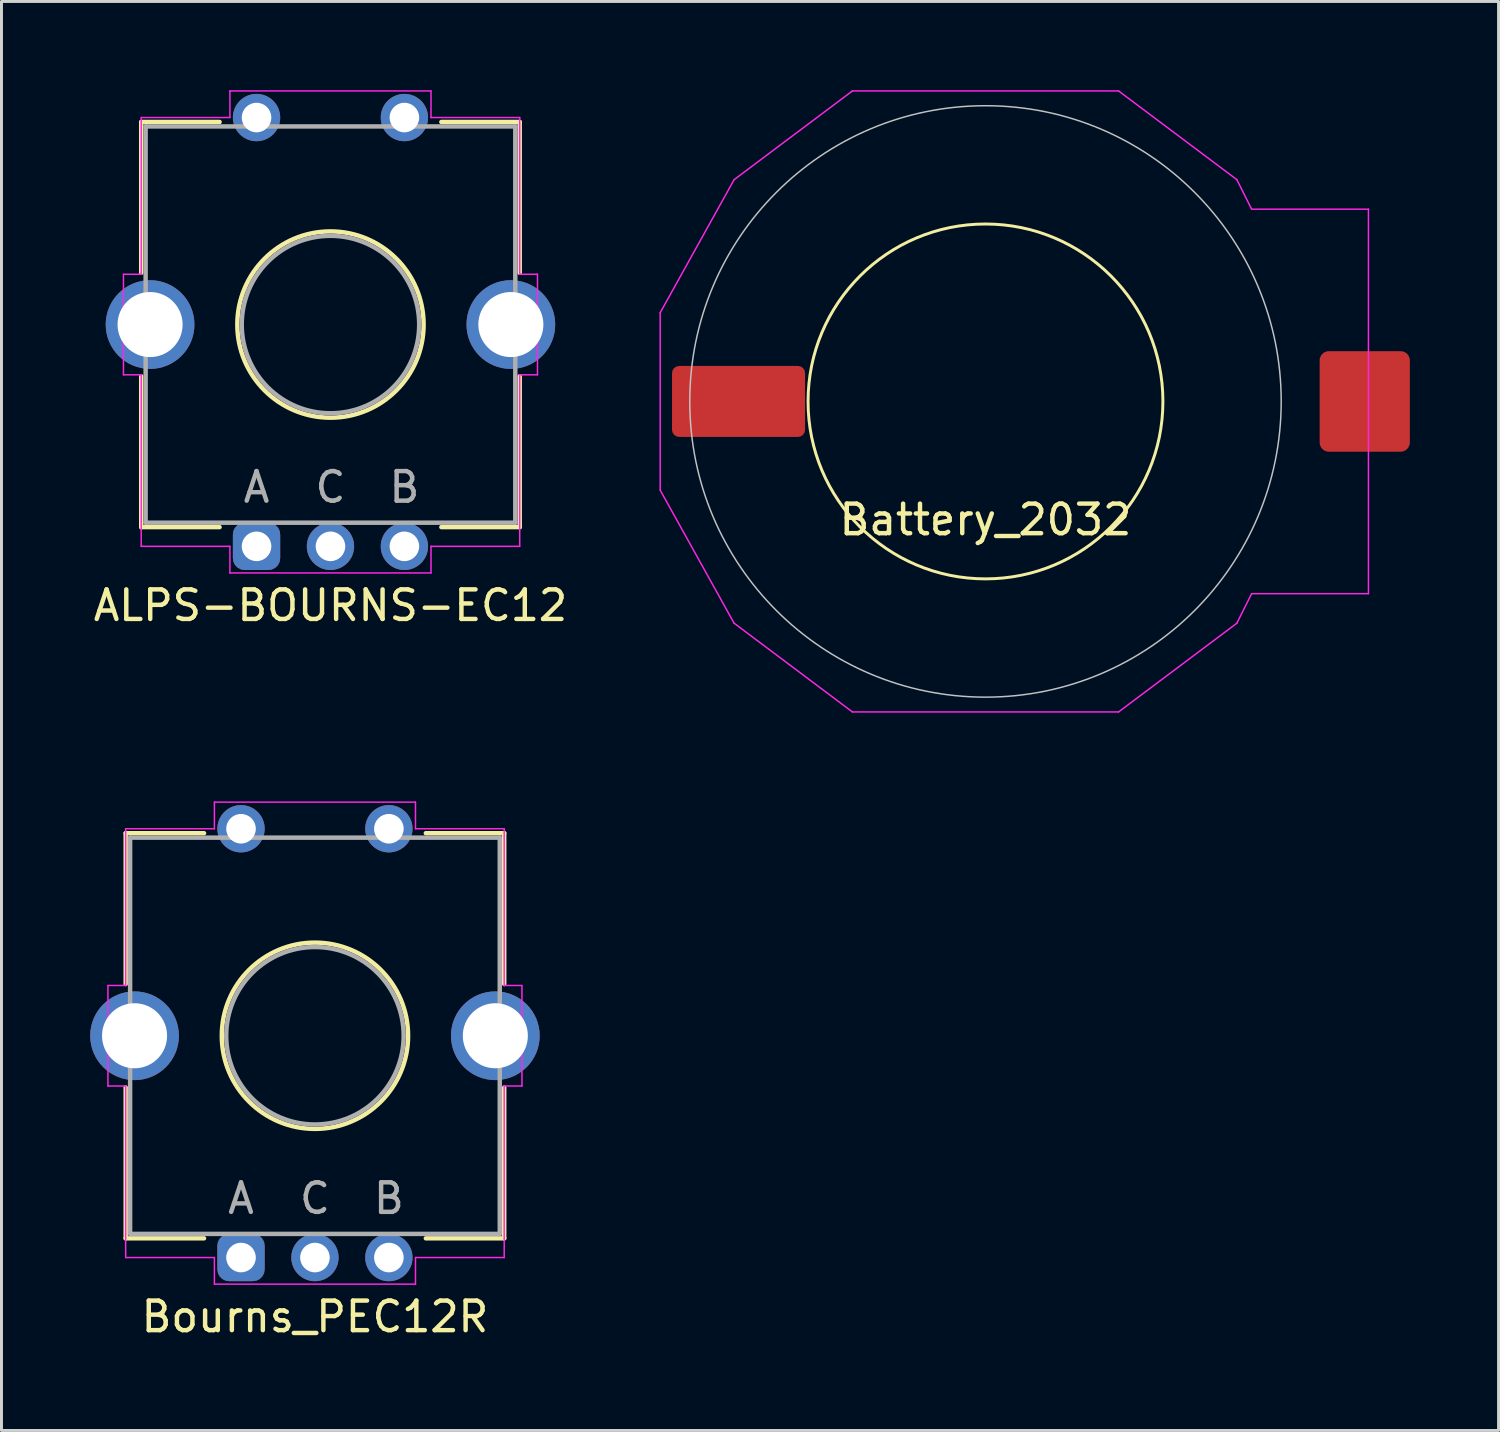
<source format=kicad_pcb>
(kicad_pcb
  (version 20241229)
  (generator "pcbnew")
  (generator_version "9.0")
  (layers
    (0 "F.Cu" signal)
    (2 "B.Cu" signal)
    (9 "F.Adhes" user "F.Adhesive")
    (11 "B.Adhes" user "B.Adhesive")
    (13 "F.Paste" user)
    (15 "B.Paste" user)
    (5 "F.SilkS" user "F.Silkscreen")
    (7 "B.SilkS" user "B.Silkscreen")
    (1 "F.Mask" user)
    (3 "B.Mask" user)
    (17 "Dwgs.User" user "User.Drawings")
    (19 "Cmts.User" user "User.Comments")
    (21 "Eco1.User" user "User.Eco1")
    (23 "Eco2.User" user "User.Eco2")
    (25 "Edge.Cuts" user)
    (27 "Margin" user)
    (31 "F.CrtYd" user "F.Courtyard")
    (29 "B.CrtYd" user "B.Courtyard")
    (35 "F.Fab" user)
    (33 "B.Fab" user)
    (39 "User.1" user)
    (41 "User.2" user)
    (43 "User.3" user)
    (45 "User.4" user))
  (footprint "Bourns_PEC12R"
    (layer "F.Cu")
    (at 7.6 31.975)
    (property "Reference" "Bourns_PEC12R" (at 0 9.5 0) (layer "F.SilkS") (effects (font (size 1 1) (thickness 0.15))))
    (attr through_hole)
    (fp_line (start -6.4 -6.85) (end -6.4 -1.75) (stroke (width 0.15) (type solid)) (layer "F.SilkS"))
    (fp_line (start -6.4 1.75) (end -6.4 6.85) (stroke (width 0.15) (type solid)) (layer "F.SilkS"))
    (fp_line (start -6.4 6.85) (end -3.75 6.85) (stroke (width 0.15) (type solid)) (layer "F.SilkS"))
    (fp_line (start -3.75 -6.85) (end -6.4 -6.85) (stroke (width 0.15) (type solid)) (layer "F.SilkS"))
    (fp_line (start 3.75 6.85) (end 6.4 6.85) (stroke (width 0.15) (type solid)) (layer "F.SilkS"))
    (fp_line (start 6.4 -6.85) (end 3.75 -6.85) (stroke (width 0.15) (type solid)) (layer "F.SilkS"))
    (fp_line (start 6.4 -1.75) (end 6.4 -6.85) (stroke (width 0.15) (type solid)) (layer "F.SilkS"))
    (fp_line (start 6.4 6.85) (end 6.4 1.75) (stroke (width 0.15) (type solid)) (layer "F.SilkS"))
    (fp_circle (center 0 0) (end 3.15 0) (stroke (width 0.15) (type solid)) (fill no) (layer "F.SilkS"))
    (fp_line (start -7 -1.7) (end -7 1.7) (stroke (width 0.05) (type solid)) (layer "F.CrtYd"))
    (fp_line (start -7 1.7) (end -6.4 1.7) (stroke (width 0.05) (type solid)) (layer "F.CrtYd"))
    (fp_line (start -6.4 -7) (end -6.4 -1.7) (stroke (width 0.05) (type solid)) (layer "F.CrtYd"))
    (fp_line (start -6.4 -1.7) (end -7 -1.7) (stroke (width 0.05) (type solid)) (layer "F.CrtYd"))
    (fp_line (start -6.4 1.7) (end -6.4 7.5) (stroke (width 0.05) (type solid)) (layer "F.CrtYd"))
    (fp_line (start -6.4 7.5) (end -3.4 7.5) (stroke (width 0.05) (type solid)) (layer "F.CrtYd"))
    (fp_line (start -3.4 -7.9) (end -3.4 -7) (stroke (width 0.05) (type solid)) (layer "F.CrtYd"))
    (fp_line (start -3.4 -7) (end -6.4 -7) (stroke (width 0.05) (type solid)) (layer "F.CrtYd"))
    (fp_line (start -3.4 7.5) (end -3.4 8.4) (stroke (width 0.05) (type solid)) (layer "F.CrtYd"))
    (fp_line (start -3.4 8.4) (end 3.4 8.4) (stroke (width 0.05) (type solid)) (layer "F.CrtYd"))
    (fp_line (start 3.4 -7.9) (end -3.4 -7.9) (stroke (width 0.05) (type solid)) (layer "F.CrtYd"))
    (fp_line (start 3.4 -7) (end 3.4 -7.9) (stroke (width 0.05) (type solid)) (layer "F.CrtYd"))
    (fp_line (start 3.4 7.5) (end 6.4 7.5) (stroke (width 0.05) (type solid)) (layer "F.CrtYd"))
    (fp_line (start 3.4 8.4) (end 3.4 7.5) (stroke (width 0.05) (type solid)) (layer "F.CrtYd"))
    (fp_line (start 6.4 -7) (end 3.4 -7) (stroke (width 0.05) (type solid)) (layer "F.CrtYd"))
    (fp_line (start 6.4 -1.7) (end 6.4 -7) (stroke (width 0.05) (type solid)) (layer "F.CrtYd"))
    (fp_line (start 6.4 1.7) (end 7 1.7) (stroke (width 0.05) (type solid)) (layer "F.CrtYd"))
    (fp_line (start 6.4 7.5) (end 6.4 1.7) (stroke (width 0.05) (type solid)) (layer "F.CrtYd"))
    (fp_line (start 7 -1.7) (end 6.4 -1.7) (stroke (width 0.05) (type solid)) (layer "F.CrtYd"))
    (fp_line (start 7 1.7) (end 7 -1.7) (stroke (width 0.05) (type solid)) (layer "F.CrtYd"))
    (fp_line (start -6.25 -6.7) (end 6.25 -6.7) (stroke (width 0.15) (type solid)) (layer "F.Fab"))
    (fp_line (start -6.25 6.7) (end -6.25 -6.7) (stroke (width 0.15) (type solid)) (layer "F.Fab"))
    (fp_line (start 6.25 -6.7) (end 6.25 6.7) (stroke (width 0.15) (type solid)) (layer "F.Fab"))
    (fp_line (start 6.25 6.7) (end -6.25 6.7) (stroke (width 0.15) (type solid)) (layer "F.Fab"))
    (fp_circle (center 0 0) (end 3 0) (stroke (width 0.15) (type solid)) (fill no) (layer "F.Fab"))
    (fp_text user "B" (at 2.5 5.5 0) (layer "F.Fab") (effects (font (size 1 1) (thickness 0.15))))
    (fp_text user "A" (at -2.5 5.5 0) (layer "F.Fab") (effects (font (size 1 1) (thickness 0.15))))
    (fp_text user "C" (at 0 5.5 0) (layer "F.Fab") (effects (font (size 1 1) (thickness 0.15))))
    (pad "1" thru_hole roundrect (at -2.5 7.5) (size 1.6 1.6) (drill 1) (layers "*.Cu" "*.Mask") (roundrect_rratio 0.25))
    (pad "2" thru_hole circle (at 0 7.5) (size 1.6 1.6) (drill 1) (layers "*.Cu" "*.Mask"))
    (pad "3" thru_hole circle (at 2.5 7.5) (size 1.6 1.6) (drill 1) (layers "*.Cu" "*.Mask"))
    (pad "4" thru_hole circle (at -2.5 -7) (size 1.6 1.6) (drill 1) (layers "*.Cu" "*.Mask"))
    (pad "5" thru_hole circle (at 2.5 -7) (size 1.6 1.6) (drill 1) (layers "*.Cu" "*.Mask"))
    (pad "6" thru_hole circle (at -6.1 0) (size 3 3) (drill 2.2) (layers "*.Cu" "*.Mask"))
    (pad "6" thru_hole circle (at 6.1 0) (size 3 3) (drill 2.2) (layers "*.Cu" "*.Mask")))
  (footprint "ALPS-BOURNS-EC12"
    (layer "F.Cu")
    (at 8.125 7.925)
    (property "Reference" "ALPS-BOURNS-EC12" (at 0 9.5 0) (layer "F.SilkS") (effects (font (size 1 1) (thickness 0.15))))
    (attr through_hole)
    (fp_line (start -6.4 -6.85) (end -6.4 -1.75) (stroke (width 0.15) (type solid)) (layer "F.SilkS"))
    (fp_line (start -6.4 1.75) (end -6.4 6.85) (stroke (width 0.15) (type solid)) (layer "F.SilkS"))
    (fp_line (start -6.4 6.85) (end -3.75 6.85) (stroke (width 0.15) (type solid)) (layer "F.SilkS"))
    (fp_line (start -3.75 -6.85) (end -6.4 -6.85) (stroke (width 0.15) (type solid)) (layer "F.SilkS"))
    (fp_line (start 3.75 6.85) (end 6.4 6.85) (stroke (width 0.15) (type solid)) (layer "F.SilkS"))
    (fp_line (start 6.4 -6.85) (end 3.75 -6.85) (stroke (width 0.15) (type solid)) (layer "F.SilkS"))
    (fp_line (start 6.4 -1.75) (end 6.4 -6.85) (stroke (width 0.15) (type solid)) (layer "F.SilkS"))
    (fp_line (start 6.4 6.85) (end 6.4 1.75) (stroke (width 0.15) (type solid)) (layer "F.SilkS"))
    (fp_circle (center 0 0) (end 3.15 0) (stroke (width 0.15) (type solid)) (fill no) (layer "F.SilkS"))
    (fp_line (start -7 -1.7) (end -7 1.7) (stroke (width 0.05) (type solid)) (layer "F.CrtYd"))
    (fp_line (start -7 1.7) (end -6.4 1.7) (stroke (width 0.05) (type solid)) (layer "F.CrtYd"))
    (fp_line (start -6.4 -7) (end -6.4 -1.7) (stroke (width 0.05) (type solid)) (layer "F.CrtYd"))
    (fp_line (start -6.4 -1.7) (end -7 -1.7) (stroke (width 0.05) (type solid)) (layer "F.CrtYd"))
    (fp_line (start -6.4 1.7) (end -6.4 7.5) (stroke (width 0.05) (type solid)) (layer "F.CrtYd"))
    (fp_line (start -6.4 7.5) (end -3.4 7.5) (stroke (width 0.05) (type solid)) (layer "F.CrtYd"))
    (fp_line (start -3.4 -7.9) (end -3.4 -7) (stroke (width 0.05) (type solid)) (layer "F.CrtYd"))
    (fp_line (start -3.4 -7) (end -6.4 -7) (stroke (width 0.05) (type solid)) (layer "F.CrtYd"))
    (fp_line (start -3.4 7.5) (end -3.4 8.4) (stroke (width 0.05) (type solid)) (layer "F.CrtYd"))
    (fp_line (start -3.4 8.4) (end 3.4 8.4) (stroke (width 0.05) (type solid)) (layer "F.CrtYd"))
    (fp_line (start 3.4 -7.9) (end -3.4 -7.9) (stroke (width 0.05) (type solid)) (layer "F.CrtYd"))
    (fp_line (start 3.4 -7) (end 3.4 -7.9) (stroke (width 0.05) (type solid)) (layer "F.CrtYd"))
    (fp_line (start 3.4 7.5) (end 6.4 7.5) (stroke (width 0.05) (type solid)) (layer "F.CrtYd"))
    (fp_line (start 3.4 8.4) (end 3.4 7.5) (stroke (width 0.05) (type solid)) (layer "F.CrtYd"))
    (fp_line (start 6.4 -7) (end 3.4 -7) (stroke (width 0.05) (type solid)) (layer "F.CrtYd"))
    (fp_line (start 6.4 -1.7) (end 6.4 -7) (stroke (width 0.05) (type solid)) (layer "F.CrtYd"))
    (fp_line (start 6.4 1.7) (end 7 1.7) (stroke (width 0.05) (type solid)) (layer "F.CrtYd"))
    (fp_line (start 6.4 7.5) (end 6.4 1.7) (stroke (width 0.05) (type solid)) (layer "F.CrtYd"))
    (fp_line (start 7 -1.7) (end 6.4 -1.7) (stroke (width 0.05) (type solid)) (layer "F.CrtYd"))
    (fp_line (start 7 1.7) (end 7 -1.7) (stroke (width 0.05) (type solid)) (layer "F.CrtYd"))
    (fp_line (start -6.25 -6.7) (end 6.25 -6.7) (stroke (width 0.15) (type solid)) (layer "F.Fab"))
    (fp_line (start -6.25 6.7) (end -6.25 -6.7) (stroke (width 0.15) (type solid)) (layer "F.Fab"))
    (fp_line (start 6.25 -6.7) (end 6.25 6.7) (stroke (width 0.15) (type solid)) (layer "F.Fab"))
    (fp_line (start 6.25 6.7) (end -6.25 6.7) (stroke (width 0.15) (type solid)) (layer "F.Fab"))
    (fp_circle (center 0 0) (end 3 0) (stroke (width 0.15) (type solid)) (fill no) (layer "F.Fab"))
    (fp_text user "A" (at -2.5 5.5 0) (layer "F.Fab") (effects (font (size 1 1) (thickness 0.15))))
    (fp_text user "B" (at 2.5 5.5 0) (layer "F.Fab") (effects (font (size 1 1) (thickness 0.15))))
    (fp_text user "C" (at 0 5.5 0) (layer "F.Fab") (effects (font (size 1 1) (thickness 0.15))))
    (pad "1" thru_hole roundrect (at -2.5 7.5) (size 1.6 1.6) (drill 1) (layers "*.Cu" "*.Mask") (roundrect_rratio 0.25))
    (pad "2" thru_hole circle (at 0 7.5) (size 1.6 1.6) (drill 1) (layers "*.Cu" "*.Mask"))
    (pad "3" thru_hole circle (at 2.5 7.5) (size 1.6 1.6) (drill 1) (layers "*.Cu" "*.Mask"))
    (pad "4" thru_hole circle (at -2.5 -7) (size 1.6 1.6) (drill 1) (layers "*.Cu" "*.Mask"))
    (pad "5" thru_hole circle (at 2.5 -7) (size 1.6 1.6) (drill 1) (layers "*.Cu" "*.Mask"))
    (pad "6" thru_hole circle (at -6.1 0) (size 3 3) (drill 2.2) (layers "*.Cu" "*.Mask"))
    (pad "6" thru_hole circle (at 6.1 0) (size 3 3) (drill 2.2) (layers "*.Cu" "*.Mask")))
  (footprint "Battery_2032"
    (layer "F.Cu")
    (at 30.275 10.525)
    (property "Reference" "Battery_2032" (at 0 4 0) (layer "F.SilkS") (effects (font (size 1 1) (thickness 0.15))))
    (attr through_hole)
    (fp_circle (center 0 0) (end 6 0) (stroke (width 0.1) (type solid)) (fill no) (layer "F.SilkS"))
    (fp_circle (center 0 0) (end 10 0) (stroke (width 0.05) (type solid)) (fill no) (layer "Dwgs.User"))
    (fp_line (start -11 -3) (end -11 3) (stroke (width 0.05) (type solid)) (layer "F.CrtYd"))
    (fp_line (start -11 3) (end -8.5 7.5) (stroke (width 0.05) (type solid)) (layer "F.CrtYd"))
    (fp_line (start -8.5 -7.5) (end -11 -3) (stroke (width 0.05) (type solid)) (layer "F.CrtYd"))
    (fp_line (start -8.5 7.5) (end -4.5 10.5) (stroke (width 0.05) (type solid)) (layer "F.CrtYd"))
    (fp_line (start -4.5 -10.5) (end -8.5 -7.5) (stroke (width 0.05) (type solid)) (layer "F.CrtYd"))
    (fp_line (start -4.5 10.5) (end 4.5 10.5) (stroke (width 0.05) (type solid)) (layer "F.CrtYd"))
    (fp_line (start 4.5 -10.5) (end -4.5 -10.5) (stroke (width 0.05) (type solid)) (layer "F.CrtYd"))
    (fp_line (start 4.5 10.5) (end 8.5 7.5) (stroke (width 0.05) (type solid)) (layer "F.CrtYd"))
    (fp_line (start 8.5 -7.5) (end 4.5 -10.5) (stroke (width 0.05) (type solid)) (layer "F.CrtYd"))
    (fp_line (start 8.5 7.5) (end 9 6.5) (stroke (width 0.05) (type solid)) (layer "F.CrtYd"))
    (fp_line (start 9 -6.5) (end 8.5 -7.5) (stroke (width 0.05) (type solid)) (layer "F.CrtYd"))
    (fp_line (start 9 -6.5) (end 12.95 -6.5) (stroke (width 0.05) (type solid)) (layer "F.CrtYd"))
    (fp_line (start 12.95 -6.5) (end 12.95 6.5) (stroke (width 0.05) (type solid)) (layer "F.CrtYd"))
    (fp_line (start 12.95 6.5) (end 9 6.5) (stroke (width 0.05) (type solid)) (layer "F.CrtYd"))
    (pad "1" smd roundrect (at 12.825 0) (size 3.05 3.4) (layers "F.Cu" "F.Mask" "F.Paste") (roundrect_rratio 0.1))
    (pad "2" smd roundrect (at -8.35 0) (size 4.5 2.4) (layers "F.Cu" "F.Mask" "F.Paste") (roundrect_rratio 0.1)))
  (gr_rect
    (start -3 -3)
    (end 47.625 45.323)
    (stroke (width 0.1) (type default))
    (fill no)
    (layer "Edge.Cuts")))
</source>
